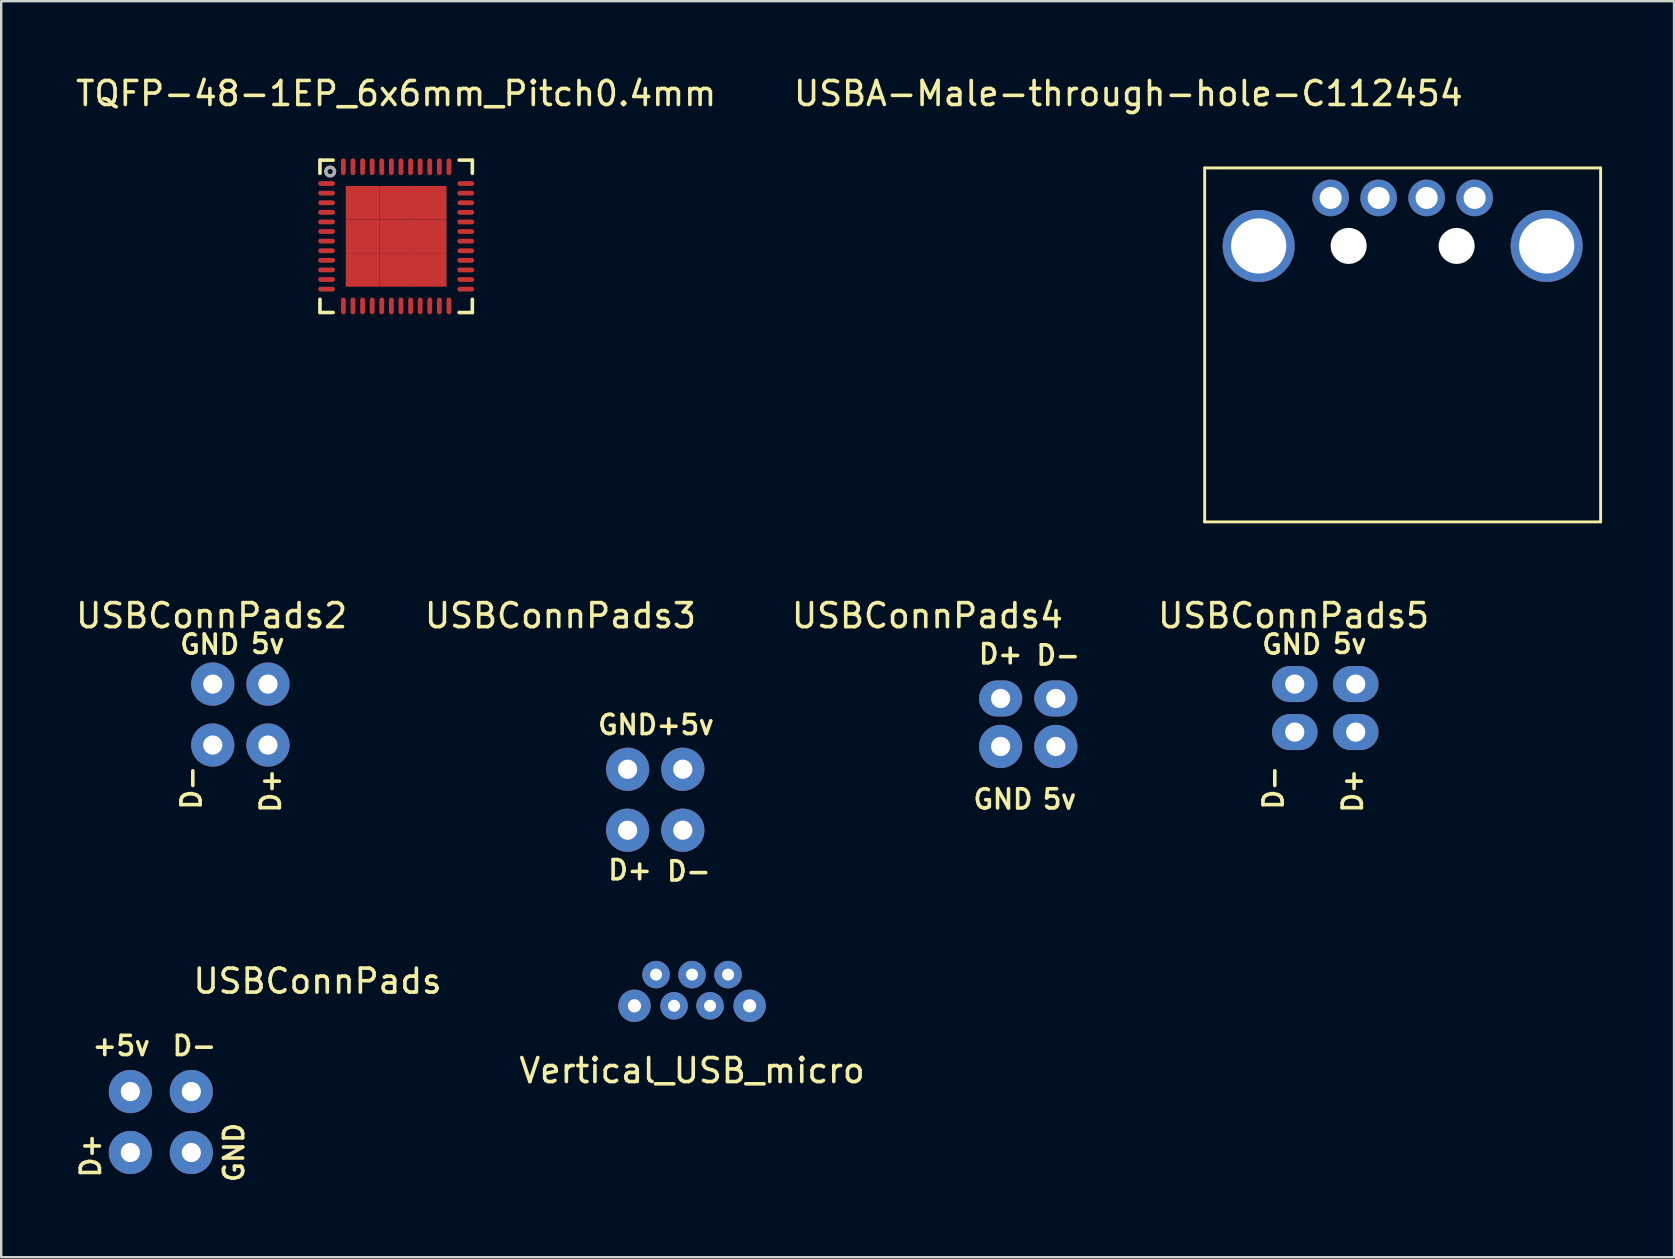
<source format=kicad_pcb>
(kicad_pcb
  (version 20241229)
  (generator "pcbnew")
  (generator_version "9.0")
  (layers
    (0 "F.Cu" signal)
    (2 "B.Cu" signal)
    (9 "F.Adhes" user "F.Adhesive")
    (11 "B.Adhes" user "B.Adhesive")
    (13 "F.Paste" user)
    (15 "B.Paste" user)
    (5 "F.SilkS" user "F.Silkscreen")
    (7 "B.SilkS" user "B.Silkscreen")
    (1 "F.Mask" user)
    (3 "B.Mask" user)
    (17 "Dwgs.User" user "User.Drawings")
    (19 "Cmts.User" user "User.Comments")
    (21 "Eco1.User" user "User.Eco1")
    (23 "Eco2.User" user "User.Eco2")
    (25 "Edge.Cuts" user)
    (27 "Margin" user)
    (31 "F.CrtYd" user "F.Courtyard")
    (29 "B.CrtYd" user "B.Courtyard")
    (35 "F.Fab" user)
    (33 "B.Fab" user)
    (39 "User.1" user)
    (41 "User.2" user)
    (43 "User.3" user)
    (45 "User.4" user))
  (footprint "Vertical_USB_micro"
    (layer "F.Cu")
    (at 25.789 38.213)
    (property "Reference" "Vertical_USB_micro" (at 0 3.35 0) (layer "F.SilkS") (effects (font (size 1 1) (thickness 0.15))))
    (attr through_hole)
    (pad "1" thru_hole circle (at 1.5 -0.65) (size 1.15 1.15) (drill 0.5) (layers "*.Cu" "*.Mask"))
    (pad "2" thru_hole circle (at 0.75 0.65) (size 1.15 1.15) (drill 0.5) (layers "*.Cu" "*.Mask"))
    (pad "3" thru_hole circle (at 0 -0.65) (size 1.15 1.15) (drill 0.5) (layers "*.Cu" "*.Mask"))
    (pad "4" thru_hole circle (at -0.75 0.65) (size 1.15 1.15) (drill 0.5) (layers "*.Cu" "*.Mask"))
    (pad "5" thru_hole circle (at -1.5 -0.65) (size 1.15 1.15) (drill 0.5) (layers "*.Cu" "*.Mask"))
    (pad "6" thru_hole circle (at -2.4 0.65) (size 1.35 1.35) (drill 0.55) (layers "*.Cu" "*.Mask"))
    (pad "6" thru_hole circle (at 2.4 0.65) (size 1.35 1.35) (drill 0.55) (layers "*.Cu" "*.Mask")))
  (footprint "TQFP-48-1EP_6x6mm_Pitch0.4mm"
    (layer "F.Cu")
    (at 13.458 6.798)
    (property "Reference" "TQFP-48-1EP_6x6mm_Pitch0.4mm" (at 0 -5.95 0) (layer "F.SilkS") (effects (font (size 1 1) (thickness 0.15))))
    (attr smd)
    (fp_line (start -3.175 -3.175) (end -3.175 -2.625) (stroke (width 0.15) (type solid)) (layer "F.SilkS"))
    (fp_line (start -3.175 -3.175) (end -2.625 -3.175) (stroke (width 0.15) (type solid)) (layer "F.SilkS"))
    (fp_line (start -3.175 3.175) (end -3.175 2.625) (stroke (width 0.15) (type solid)) (layer "F.SilkS"))
    (fp_line (start -3.175 3.175) (end -2.625 3.175) (stroke (width 0.15) (type solid)) (layer "F.SilkS"))
    (fp_line (start 3.175 -3.175) (end 2.625 -3.175) (stroke (width 0.15) (type solid)) (layer "F.SilkS"))
    (fp_line (start 3.175 -3.175) (end 3.175 -2.625) (stroke (width 0.15) (type solid)) (layer "F.SilkS"))
    (fp_line (start 3.175 3.175) (end 2.625 3.175) (stroke (width 0.15) (type solid)) (layer "F.SilkS"))
    (fp_line (start 3.175 3.175) (end 3.175 2.625) (stroke (width 0.15) (type solid)) (layer "F.SilkS"))
    (fp_circle (center -2.75 -2.7) (end -2.6 -2.6) (stroke (width 0.15) (type solid)) (fill no) (layer "F.Fab"))
    (pad "1" smd oval (at -2.9 -2.2) (size 0.7 0.2) (layers "F.Cu" "F.Mask" "F.Paste"))
    (pad "2" smd oval (at -2.9 -1.8) (size 0.7 0.2) (layers "F.Cu" "F.Mask" "F.Paste"))
    (pad "3" smd oval (at -2.9 -1.4) (size 0.7 0.2) (layers "F.Cu" "F.Mask" "F.Paste"))
    (pad "4" smd oval (at -2.9 -1) (size 0.7 0.2) (layers "F.Cu" "F.Mask" "F.Paste"))
    (pad "5" smd oval (at -2.9 -0.6) (size 0.7 0.2) (layers "F.Cu" "F.Mask" "F.Paste"))
    (pad "6" smd oval (at -2.9 -0.2) (size 0.7 0.2) (layers "F.Cu" "F.Mask" "F.Paste"))
    (pad "7" smd oval (at -2.9 0.2) (size 0.7 0.2) (layers "F.Cu" "F.Mask" "F.Paste"))
    (pad "8" smd oval (at -2.9 0.6) (size 0.7 0.2) (layers "F.Cu" "F.Mask" "F.Paste"))
    (pad "9" smd oval (at -2.9 1) (size 0.7 0.2) (layers "F.Cu" "F.Mask" "F.Paste"))
    (pad "10" smd oval (at -2.9 1.4) (size 0.7 0.2) (layers "F.Cu" "F.Mask" "F.Paste"))
    (pad "11" smd oval (at -2.9 1.8) (size 0.7 0.2) (layers "F.Cu" "F.Mask" "F.Paste"))
    (pad "12" smd oval (at -2.9 2.2) (size 0.7 0.2) (layers "F.Cu" "F.Mask" "F.Paste"))
    (pad "13" smd oval (at -2.2 2.9 90) (size 0.7 0.2) (layers "F.Cu" "F.Mask" "F.Paste"))
    (pad "14" smd oval (at -1.8 2.9 90) (size 0.7 0.2) (layers "F.Cu" "F.Mask" "F.Paste"))
    (pad "15" smd oval (at -1.4 2.9 90) (size 0.7 0.2) (layers "F.Cu" "F.Mask" "F.Paste"))
    (pad "16" smd oval (at -1 2.9 90) (size 0.7 0.2) (layers "F.Cu" "F.Mask" "F.Paste"))
    (pad "17" smd oval (at -0.6 2.9 90) (size 0.7 0.2) (layers "F.Cu" "F.Mask" "F.Paste"))
    (pad "18" smd oval (at -0.2 2.9 90) (size 0.7 0.2) (layers "F.Cu" "F.Mask" "F.Paste"))
    (pad "19" smd oval (at 0.2 2.9 90) (size 0.7 0.2) (layers "F.Cu" "F.Mask" "F.Paste"))
    (pad "20" smd oval (at 0.6 2.9 90) (size 0.7 0.2) (layers "F.Cu" "F.Mask" "F.Paste"))
    (pad "21" smd oval (at 1 2.9 90) (size 0.7 0.2) (layers "F.Cu" "F.Mask" "F.Paste"))
    (pad "22" smd oval (at 1.4 2.9 90) (size 0.7 0.2) (layers "F.Cu" "F.Mask" "F.Paste"))
    (pad "23" smd oval (at 1.8 2.9 90) (size 0.7 0.2) (layers "F.Cu" "F.Mask" "F.Paste"))
    (pad "24" smd oval (at 2.2 2.9 90) (size 0.7 0.2) (layers "F.Cu" "F.Mask" "F.Paste"))
    (pad "25" smd oval (at 2.9 2.2) (size 0.7 0.2) (layers "F.Cu" "F.Mask" "F.Paste"))
    (pad "26" smd oval (at 2.9 1.8) (size 0.7 0.2) (layers "F.Cu" "F.Mask" "F.Paste"))
    (pad "27" smd oval (at 2.9 1.4) (size 0.7 0.2) (layers "F.Cu" "F.Mask" "F.Paste"))
    (pad "28" smd oval (at 2.9 1) (size 0.7 0.2) (layers "F.Cu" "F.Mask" "F.Paste"))
    (pad "29" smd oval (at 2.9 0.6) (size 0.7 0.2) (layers "F.Cu" "F.Mask" "F.Paste"))
    (pad "30" smd oval (at 2.9 0.2) (size 0.7 0.2) (layers "F.Cu" "F.Mask" "F.Paste"))
    (pad "31" smd oval (at 2.9 -0.2) (size 0.7 0.2) (layers "F.Cu" "F.Mask" "F.Paste"))
    (pad "32" smd oval (at 2.9 -0.6) (size 0.7 0.2) (layers "F.Cu" "F.Mask" "F.Paste"))
    (pad "33" smd oval (at 2.9 -1) (size 0.7 0.2) (layers "F.Cu" "F.Mask" "F.Paste"))
    (pad "34" smd oval (at 2.9 -1.4) (size 0.7 0.2) (layers "F.Cu" "F.Mask" "F.Paste"))
    (pad "35" smd oval (at 2.9 -1.8) (size 0.7 0.2) (layers "F.Cu" "F.Mask" "F.Paste"))
    (pad "36" smd oval (at 2.9 -2.2) (size 0.7 0.2) (layers "F.Cu" "F.Mask" "F.Paste"))
    (pad "37" smd oval (at 2.2 -2.9 90) (size 0.7 0.2) (layers "F.Cu" "F.Mask" "F.Paste"))
    (pad "38" smd oval (at 1.8 -2.9 90) (size 0.7 0.2) (layers "F.Cu" "F.Mask" "F.Paste"))
    (pad "39" smd oval (at 1.4 -2.9 90) (size 0.7 0.2) (layers "F.Cu" "F.Mask" "F.Paste"))
    (pad "40" smd oval (at 1 -2.9 90) (size 0.7 0.2) (layers "F.Cu" "F.Mask" "F.Paste"))
    (pad "41" smd oval (at 0.6 -2.9 90) (size 0.7 0.2) (layers "F.Cu" "F.Mask" "F.Paste"))
    (pad "42" smd oval (at 0.2 -2.9 90) (size 0.7 0.2) (layers "F.Cu" "F.Mask" "F.Paste"))
    (pad "43" smd oval (at -0.2 -2.9 90) (size 0.7 0.2) (layers "F.Cu" "F.Mask" "F.Paste"))
    (pad "44" smd oval (at -0.6 -2.9 90) (size 0.7 0.2) (layers "F.Cu" "F.Mask" "F.Paste"))
    (pad "45" smd oval (at -1 -2.9 90) (size 0.7 0.2) (layers "F.Cu" "F.Mask" "F.Paste"))
    (pad "46" smd oval (at -1.4 -2.9 90) (size 0.7 0.2) (layers "F.Cu" "F.Mask" "F.Paste"))
    (pad "47" smd oval (at -1.8 -2.9 90) (size 0.7 0.2) (layers "F.Cu" "F.Mask" "F.Paste"))
    (pad "48" smd oval (at -2.2 -2.9 90) (size 0.7 0.2) (layers "F.Cu" "F.Mask" "F.Paste"))
    (pad "49" smd rect (at -1.4 -1.4) (size 1.4 1.4) (layers "F.Cu" "F.Mask" "F.Paste"))
    (pad "49" smd rect (at -1.4 0) (size 1.4 1.4) (layers "F.Cu" "F.Mask" "F.Paste"))
    (pad "49" smd rect (at -1.4 1.4) (size 1.4 1.4) (layers "F.Cu" "F.Mask" "F.Paste"))
    (pad "49" smd rect (at 0 -1.4) (size 1.4 1.4) (layers "F.Cu" "F.Mask" "F.Paste"))
    (pad "49" smd rect (at 0 0) (size 1.4 1.4) (layers "F.Cu" "F.Mask" "F.Paste"))
    (pad "49" smd rect (at 0 1.4) (size 1.4 1.4) (layers "F.Cu" "F.Mask" "F.Paste"))
    (pad "49" smd rect (at 1.4 -1.4) (size 1.4 1.4) (layers "F.Cu" "F.Mask" "F.Paste"))
    (pad "49" smd rect (at 1.4 0) (size 1.4 1.4) (layers "F.Cu" "F.Mask" "F.Paste"))
    (pad "49" smd rect (at 1.4 1.4) (size 1.4 1.4) (layers "F.Cu" "F.Mask" "F.Paste")))
  (footprint "USBConnPads3"
    (layer "F.Cu")
    (at 23.104 29.006)
    (property "Reference" "USBConnPads3" (at -2.8 -6.4 0) (layer "F.SilkS") (effects (font (size 1 1) (thickness 0.15))))
    (attr through_hole)
    (fp_text user "GND" (at 0 -1.85 180) (layer "F.SilkS") (effects (font (size 0.8 0.8) (thickness 0.15))))
    (fp_text user "D-" (at 2.55 4.25 180) (layer "F.SilkS") (effects (font (size 0.8 0.8) (thickness 0.15))))
    (fp_text user "D+" (at 0.1 4.2 180) (layer "F.SilkS") (effects (font (size 0.8 0.8) (thickness 0.15))))
    (fp_text user "+5v" (at 2.4 -1.85 180) (layer "F.SilkS") (effects (font (size 0.8 0.8) (thickness 0.15))))
    (pad "1" thru_hole circle (at 2.3 0) (size 1.8 1.8) (drill 0.8) (layers "*.Cu" "*.Mask"))
    (pad "2" thru_hole circle (at 2.3 2.54) (size 1.8 1.8) (drill 0.8) (layers "*.Cu" "*.Mask"))
    (pad "3" thru_hole circle (at 0 2.54) (size 1.8 1.8) (drill 0.8) (layers "*.Cu" "*.Mask"))
    (pad "4" thru_hole circle (at 0 0) (size 1.8 1.8) (drill 0.8) (layers "*.Cu" "*.Mask")))
  (footprint "USBConnPads4"
    (layer "F.Cu")
    (at 38.647 26.056)
    (property "Reference" "USBConnPads4" (at -3.05 -3.45 0) (layer "F.SilkS") (effects (font (size 1 1) (thickness 0.15))))
    (attr through_hole)
    (fp_text user "D-" (at 2.4 -1.8 180) (layer "F.SilkS") (effects (font (size 0.8 0.8) (thickness 0.15))))
    (fp_text user "5v" (at 2.45 4.2 180) (layer "F.SilkS") (effects (font (size 0.8 0.8) (thickness 0.15))))
    (fp_text user "D+" (at 0 -1.85 180) (layer "F.SilkS") (effects (font (size 0.8 0.8) (thickness 0.15))))
    (fp_text user "GND" (at 0.1 4.2 180) (layer "F.SilkS") (effects (font (size 0.8 0.8) (thickness 0.15))))
    (pad "1" thru_hole circle (at 2.3 2) (size 1.8 1.8) (drill 0.8) (layers "*.Cu" "*.Mask"))
    (pad "2" thru_hole oval (at 2.3 0) (size 1.8 1.5) (drill 0.8) (layers "*.Cu" "*.Mask"))
    (pad "3" thru_hole oval (at 0 0) (size 1.8 1.5) (drill 0.8) (layers "*.Cu" "*.Mask"))
    (pad "4" thru_hole circle (at 0 2) (size 1.8 1.8) (drill 0.8) (layers "*.Cu" "*.Mask")))
  (footprint "USBA-Male-through-hole-C112454"
    (layer "F.Cu")
    (at 55.4 7.198)
    (property "Reference" "USBA-Male-through-hole-C112454" (at -11.43 -6.35 0) (layer "F.SilkS") (effects (font (size 1 1) (thickness 0.15))))
    (attr through_hole)
    (fp_line (start -8.25 -3.25) (end 8.25 -3.25) (stroke (width 0.12) (type solid)) (layer "F.SilkS"))
    (fp_line (start -8.25 11.5) (end -8.25 -3.25) (stroke (width 0.12) (type solid)) (layer "F.SilkS"))
    (fp_line (start 8.25 -3.25) (end 8.25 11.5) (stroke (width 0.12) (type solid)) (layer "F.SilkS"))
    (fp_line (start 8.25 11.5) (end -8.25 11.5) (stroke (width 0.12) (type solid)) (layer "F.SilkS"))
    (pad "" np_thru_hole circle (at -2.25 0) (size 1.5 1.5) (drill 1.5) (layers "*.Cu" "*.Mask"))
    (pad "" np_thru_hole circle (at 2.25 0) (size 1.5 1.5) (drill 1.5) (layers "*.Cu" "*.Mask"))
    (pad "1" thru_hole circle (at 3 -2) (size 1.524 1.524) (drill 0.92) (layers "*.Cu" "*.Mask"))
    (pad "2" thru_hole circle (at 1 -2) (size 1.524 1.524) (drill 0.92) (layers "*.Cu" "*.Mask"))
    (pad "3" thru_hole circle (at -1 -2) (size 1.524 1.524) (drill 0.92) (layers "*.Cu" "*.Mask"))
    (pad "4" thru_hole circle (at -3 -2) (size 1.524 1.524) (drill 0.92) (layers "*.Cu" "*.Mask"))
    (pad "5" thru_hole circle (at -6 0) (size 3 3) (drill 2.3) (layers "*.Cu" "*.Mask"))
    (pad "5" thru_hole circle (at 6 0) (size 3 3) (drill 2.3) (layers "*.Cu" "*.Mask")))
  (footprint "USBConnPads5"
    (layer "F.Cu")
    (at 50.904 25.457)
    (property "Reference" "USBConnPads5" (at -0.048 -2.851 0) (layer "F.SilkS") (effects (font (size 1 1) (thickness 0.15))))
    (attr through_hole)
    (fp_text user "5v" (at 2.289 -1.682 180) (layer "F.SilkS") (effects (font (size 0.8 0.8) (thickness 0.15))))
    (fp_text user "GND" (at -0.127 -1.651 180) (layer "F.SilkS") (effects (font (size 0.8 0.8) (thickness 0.15))))
    (fp_text user "D-" (at -0.889 4.318 90) (layer "F.SilkS") (effects (font (size 0.8 0.8) (thickness 0.15))))
    (fp_text user "D+" (at 2.413 4.445 90) (layer "F.SilkS") (effects (font (size 0.8 0.8) (thickness 0.15))))
    (pad "1" thru_hole oval (at 2.54 0) (size 1.9 1.5) (drill 0.8) (layers "*.Cu" "*.Mask"))
    (pad "2" thru_hole oval (at 0 2) (size 1.9 1.5) (drill 0.8) (layers "*.Cu" "*.Mask"))
    (pad "3" thru_hole oval (at 2.54 2) (size 1.9 1.5) (drill 0.8) (layers "*.Cu" "*.Mask"))
    (pad "4" thru_hole oval (at 0 0) (size 1.9 1.5) (drill 0.8) (layers "*.Cu" "*.Mask")))
  (footprint "USBConnPads"
    (layer "F.Cu")
    (at 2.382 42.436)
    (property "Reference" "USBConnPads" (at 7.8 -4.6 0) (layer "F.SilkS") (effects (font (size 1 1) (thickness 0.15))))
    (attr through_hole)
    (fp_text user "GND" (at 4.318 2.54 90) (layer "F.SilkS") (effects (font (size 0.8 0.8) (thickness 0.15))))
    (fp_text user "D+" (at -1.651 2.667 90) (layer "F.SilkS") (effects (font (size 0.8 0.8) (thickness 0.15))))
    (fp_text user "+5v" (at -0.381 -1.905 180) (layer "F.SilkS") (effects (font (size 0.8 0.8) (thickness 0.15))))
    (fp_text user "D-" (at 2.667 -1.905 180) (layer "F.SilkS") (effects (font (size 0.8 0.8) (thickness 0.15))))
    (pad "1" thru_hole circle (at 0 0) (size 1.8 1.8) (drill 0.8) (layers "*.Cu" "*.Mask"))
    (pad "2" thru_hole circle (at 2.54 0) (size 1.8 1.8) (drill 0.8) (layers "*.Cu" "*.Mask"))
    (pad "3" thru_hole circle (at 0 2.54) (size 1.8 1.8) (drill 0.8) (layers "*.Cu" "*.Mask"))
    (pad "4" thru_hole circle (at 2.54 2.54) (size 1.8 1.8) (drill 0.8) (layers "*.Cu" "*.Mask")))
  (footprint "USBConnPads2"
    (layer "F.Cu")
    (at 5.816 25.457)
    (property "Reference" "USBConnPads2" (at -0.048 -2.851 0) (layer "F.SilkS") (effects (font (size 1 1) (thickness 0.15))))
    (attr through_hole)
    (fp_text user "D+" (at 2.413 4.445 90) (layer "F.SilkS") (effects (font (size 0.8 0.8) (thickness 0.15))))
    (fp_text user "GND" (at -0.127 -1.651 180) (layer "F.SilkS") (effects (font (size 0.8 0.8) (thickness 0.15))))
    (fp_text user "5v" (at 2.289 -1.682 180) (layer "F.SilkS") (effects (font (size 0.8 0.8) (thickness 0.15))))
    (fp_text user "D-" (at -0.889 4.318 90) (layer "F.SilkS") (effects (font (size 0.8 0.8) (thickness 0.15))))
    (pad "1" thru_hole oval (at 2.3 0) (size 1.8 1.8) (drill 0.8) (layers "*.Cu" "*.Mask"))
    (pad "2" thru_hole oval (at 0 2.54) (size 1.8 1.8) (drill 0.8) (layers "*.Cu" "*.Mask"))
    (pad "3" thru_hole oval (at 2.3 2.54) (size 1.8 1.8) (drill 0.8) (layers "*.Cu" "*.Mask"))
    (pad "4" thru_hole oval (at 0 0) (size 1.8 1.8) (drill 0.8) (layers "*.Cu" "*.Mask")))
  (gr_rect
    (start -3 -3)
    (end 66.71 49.34)
    (stroke (width 0.1) (type default))
    (fill no)
    (layer "Edge.Cuts")))
</source>
